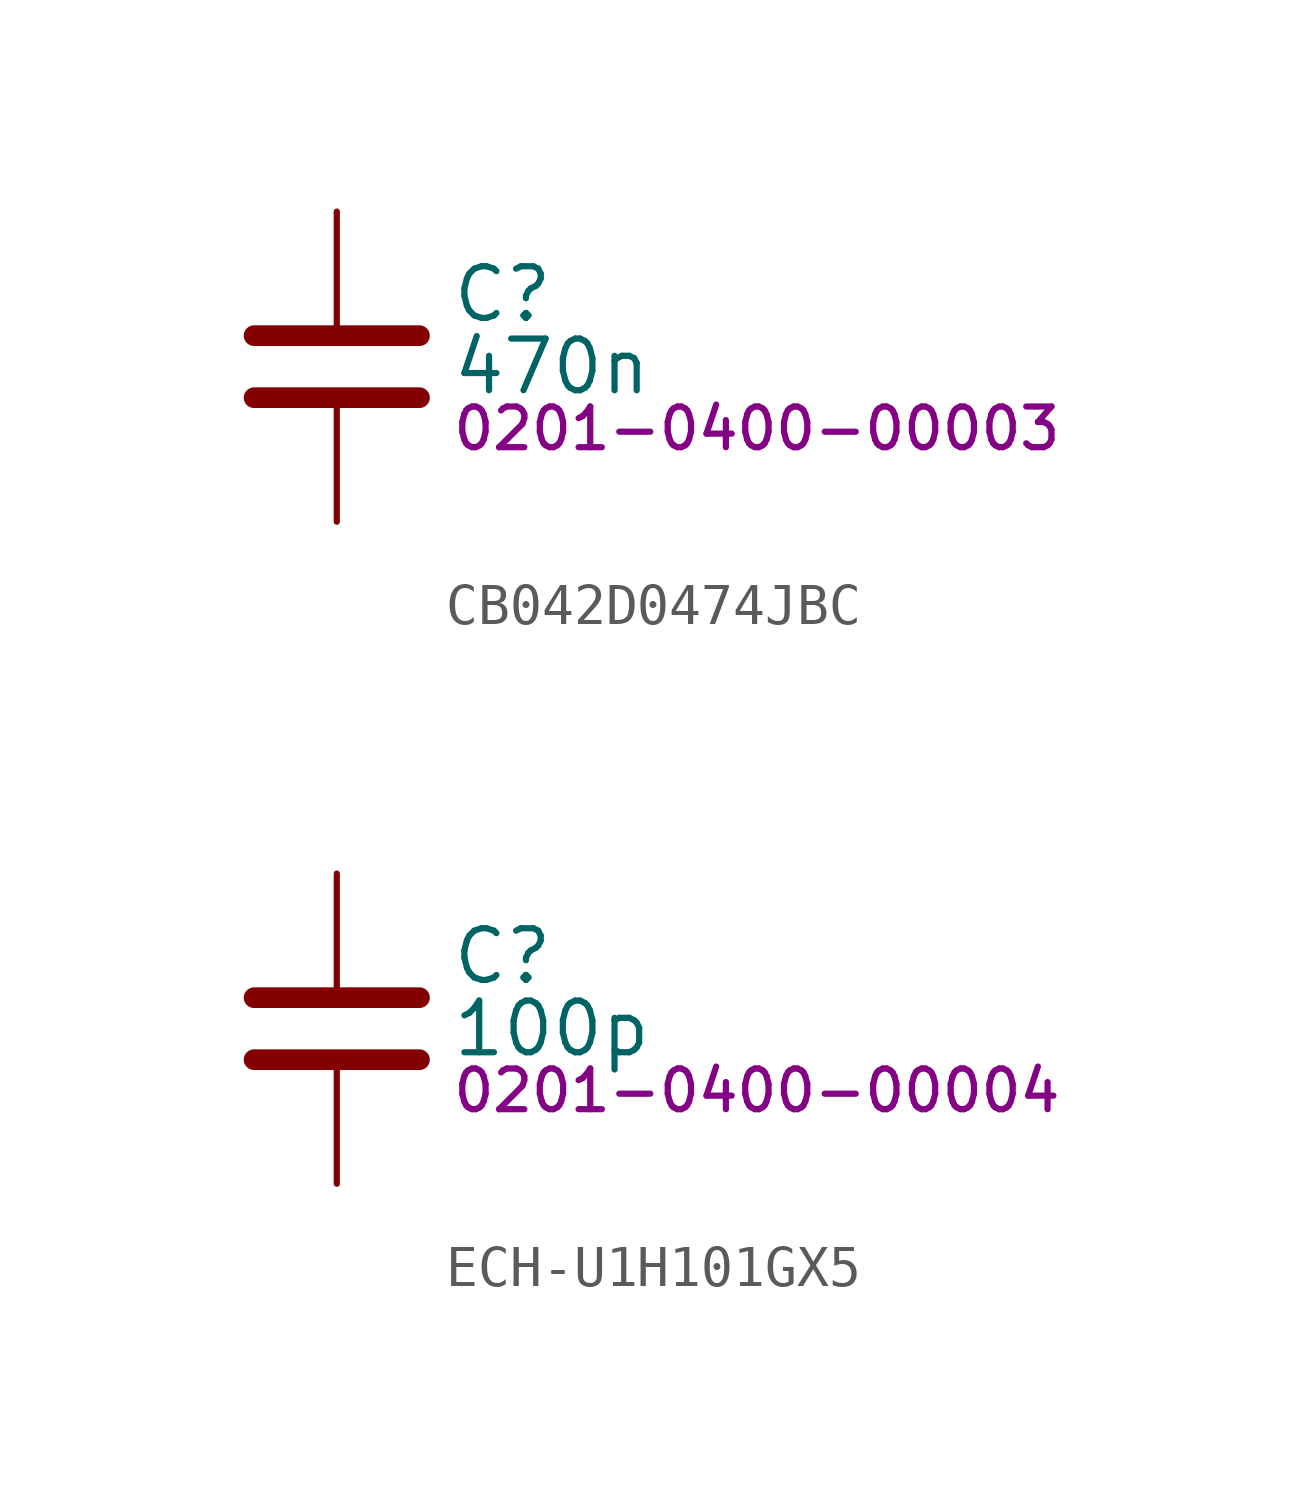
<source format=kicad_sym>
(kicad_symbol_lib
  (version 20231120)
  (generator "kicad_symbol_editor")
  (generator_version "8.0")
  (symbol "CB042D0474JBC"
    (property "Reference" "C"
      (at 2.794 1.778 0)
      (effects (font (size 1.27 1.27)) (justify left)))
    (property "Value" "470n"
      (at 2.794 0 0)
      (effects (font (size 1.27 1.27)) (justify left)))
    (property "PartNumber" "0201-0400-00003"
      (at 2.794 -1.524 0)
      (effects (font (size 1 1)) (justify left)))
    (symbol "CB042D0474JBC_0_1"
      (polyline (pts (xy -2.032 -0.762) (xy 2.032 -0.762)) (stroke (width 0.508) (type default)) (fill (type none)))
      (polyline (pts (xy -2.032 0.762) (xy 2.032 0.762)) (stroke (width 0.508) (type default)) (fill (type none))))
    (symbol "CB042D0474JBC_1_1"
      (pin passive line (at 0 3.81 270) (length 2.794) (name "~" (effects (font (size 0 0)))) (number "1" (effects (font (size 0 0)))))
      (pin passive line (at 0 -3.81 90) (length 2.794) (name "~" (effects (font (size 0 0)))) (number "2" (effects (font (size 0 0)))))))
  (symbol "ECH-U1H101GX5"
    (property "Reference" "C"
      (at 2.794 1.778 0)
      (effects (font (size 1.27 1.27)) (justify left)))
    (property "Value" "100p"
      (at 2.794 0 0)
      (effects (font (size 1.27 1.27)) (justify left)))
    (property "PartNumber" "0201-0400-00004"
      (at 2.794 -1.524 0)
      (effects (font (size 1 1)) (justify left)))
    (symbol "ECH-U1H101GX5_0_1"
      (polyline (pts (xy -2.032 -0.762) (xy 2.032 -0.762)) (stroke (width 0.508) (type default)) (fill (type none)))
      (polyline (pts (xy -2.032 0.762) (xy 2.032 0.762)) (stroke (width 0.508) (type default)) (fill (type none))))
    (symbol "ECH-U1H101GX5_1_1"
      (pin passive line (at 0 3.81 270) (length 2.794) (name "~" (effects (font (size 0 0)))) (number "1" (effects (font (size 0 0)))))
      (pin passive line (at 0 -3.81 90) (length 2.794) (name "~" (effects (font (size 0 0)))) (number "2" (effects (font (size 0 0))))))))
</source>
